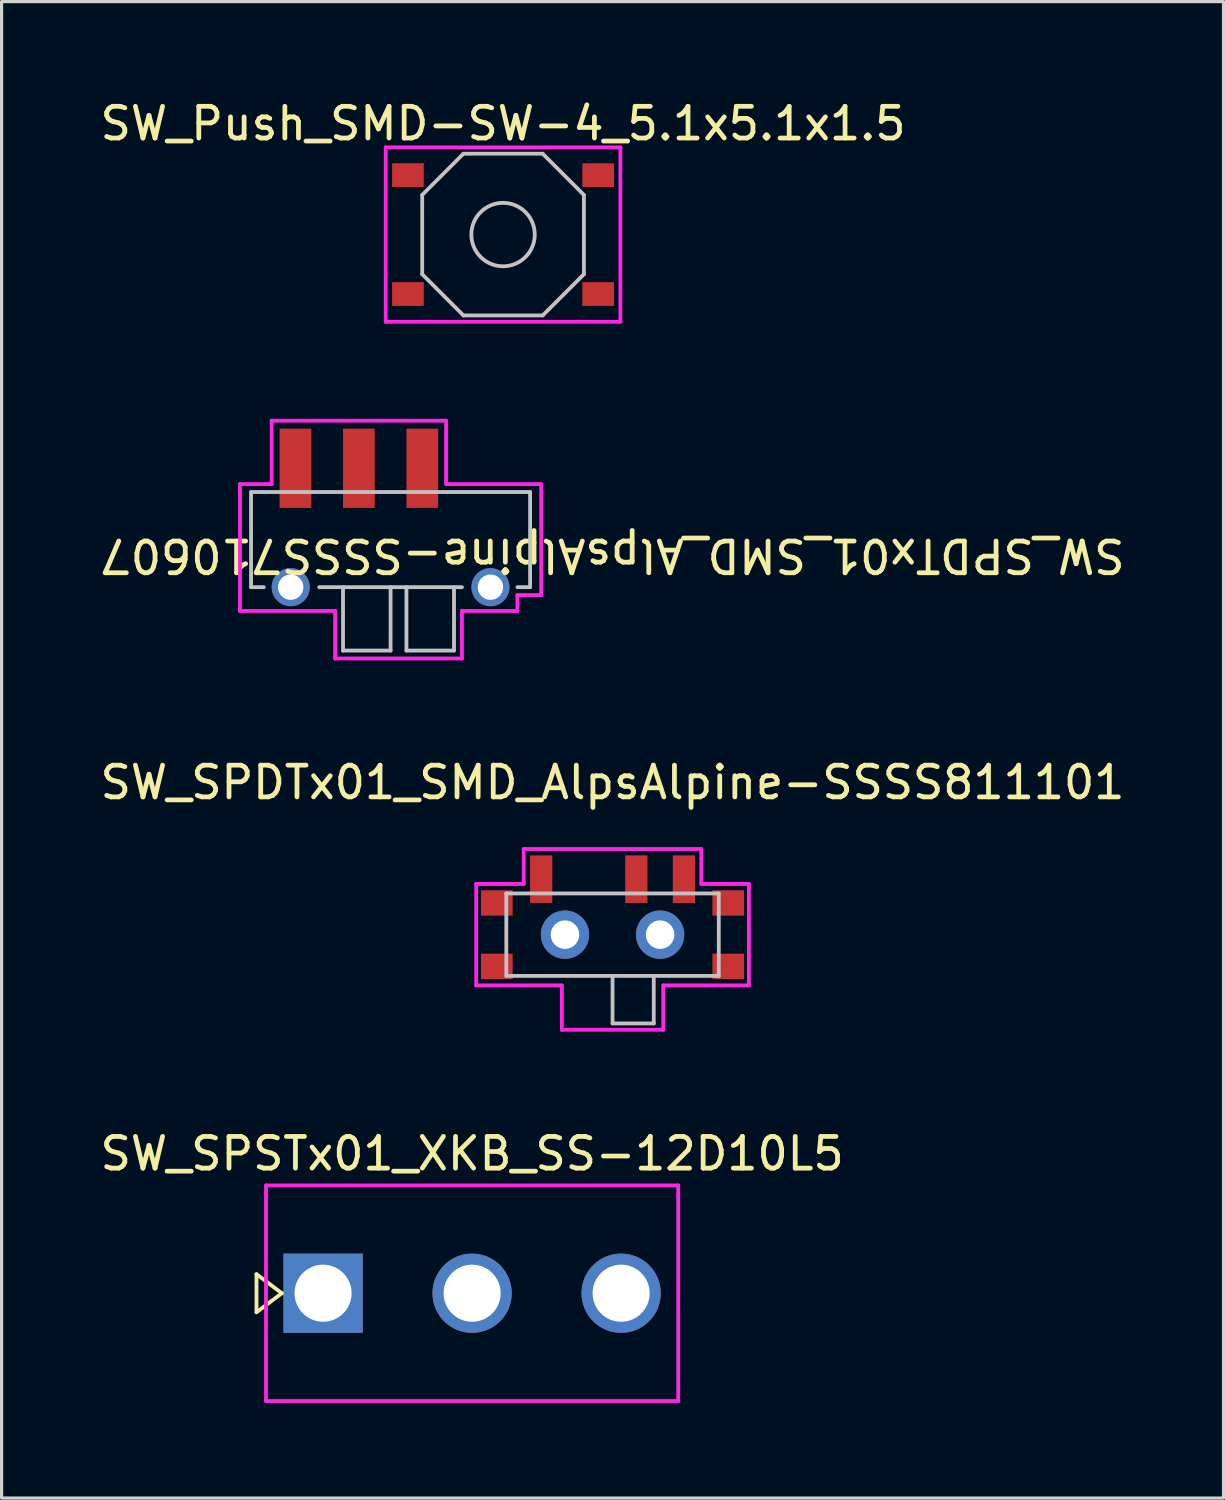
<source format=kicad_pcb>
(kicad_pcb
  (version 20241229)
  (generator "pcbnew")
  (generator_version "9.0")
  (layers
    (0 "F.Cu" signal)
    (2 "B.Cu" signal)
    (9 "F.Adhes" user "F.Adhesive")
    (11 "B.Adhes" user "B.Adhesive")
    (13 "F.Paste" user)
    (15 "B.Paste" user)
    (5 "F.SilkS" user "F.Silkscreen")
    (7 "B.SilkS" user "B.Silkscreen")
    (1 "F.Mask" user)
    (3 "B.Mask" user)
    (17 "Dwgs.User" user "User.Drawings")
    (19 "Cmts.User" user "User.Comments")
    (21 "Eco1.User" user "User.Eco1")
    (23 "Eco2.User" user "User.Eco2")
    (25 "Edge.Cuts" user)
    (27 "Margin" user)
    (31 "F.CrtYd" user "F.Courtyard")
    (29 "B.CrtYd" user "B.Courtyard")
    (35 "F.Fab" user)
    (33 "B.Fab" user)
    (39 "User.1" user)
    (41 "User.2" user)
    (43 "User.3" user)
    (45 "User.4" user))
  (footprint "SW_SPDTx01_SMD_AlpsAlpine-SSSS710607"
    (layer "F.Cu")
    (at 9.268 15.468)
    (property "Reference" "SW_SPDTx01_SMD_AlpsAlpine-SSSS710607" (at 7 -1 180) (unlocked yes) (layer "F.SilkS") (effects (font (size 1 1) (thickness 0.15))))
    (attr smd)
    (fp_line (start -4.4 -3) (end -4.4 0) (stroke (width 0.12) (type solid)) (layer "Dwgs.User"))
    (fp_line (start -4.4 -3) (end 4.4 -3) (stroke (width 0.12) (type solid)) (layer "Dwgs.User"))
    (fp_line (start -4.4 0) (end -4 0) (stroke (width 0.12) (type solid)) (layer "Dwgs.User"))
    (fp_line (start -2.25 0) (end 2.25 0) (stroke (width 0.12) (type solid)) (layer "Dwgs.User"))
    (fp_line (start -1.5 2) (end -1.5 0) (stroke (width 0.12) (type solid)) (layer "Dwgs.User"))
    (fp_line (start -1.5 2) (end 0 2) (stroke (width 0.12) (type solid)) (layer "Dwgs.User"))
    (fp_line (start 0 2) (end 0 0) (stroke (width 0.12) (type solid)) (layer "Dwgs.User"))
    (fp_line (start 0.5 2) (end 0.5 0) (stroke (width 0.12) (type solid)) (layer "Dwgs.User"))
    (fp_line (start 0.5 2) (end 2 2) (stroke (width 0.12) (type solid)) (layer "Dwgs.User"))
    (fp_line (start 2 2) (end 2 0) (stroke (width 0.12) (type solid)) (layer "Dwgs.User"))
    (fp_line (start 4 0) (end 4.4 0) (stroke (width 0.12) (type solid)) (layer "Dwgs.User"))
    (fp_line (start 4.4 -3) (end 4.4 0) (stroke (width 0.12) (type solid)) (layer "Dwgs.User"))
    (fp_line (start -4.75 -3.25) (end -3.75 -3.25) (stroke (width 0.12) (type solid)) (layer "F.CrtYd"))
    (fp_line (start -4.75 0.75) (end -4.75 -3.25) (stroke (width 0.12) (type solid)) (layer "F.CrtYd"))
    (fp_line (start -3.75 -5.25) (end 1.75 -5.25) (stroke (width 0.12) (type solid)) (layer "F.CrtYd"))
    (fp_line (start -3.75 -3.25) (end -3.75 -5.25) (stroke (width 0.12) (type solid)) (layer "F.CrtYd"))
    (fp_line (start -1.75 0.75) (end -4.75 0.75) (stroke (width 0.12) (type solid)) (layer "F.CrtYd"))
    (fp_line (start -1.75 2.25) (end -1.75 0.75) (stroke (width 0.12) (type solid)) (layer "F.CrtYd"))
    (fp_line (start 1.75 -5.25) (end 1.75 -3.25) (stroke (width 0.12) (type solid)) (layer "F.CrtYd"))
    (fp_line (start 1.75 -3.25) (end 4.75 -3.25) (stroke (width 0.12) (type solid)) (layer "F.CrtYd"))
    (fp_line (start 2.25 0.75) (end 2.25 2.25) (stroke (width 0.12) (type solid)) (layer "F.CrtYd"))
    (fp_line (start 2.25 2.25) (end -1.75 2.25) (stroke (width 0.12) (type solid)) (layer "F.CrtYd"))
    (fp_line (start 4 0.25) (end 4 0.75) (stroke (width 0.12) (type solid)) (layer "F.CrtYd"))
    (fp_line (start 4 0.75) (end 2.25 0.75) (stroke (width 0.12) (type solid)) (layer "F.CrtYd"))
    (fp_line (start 4.75 -3.25) (end 4.75 0.25) (stroke (width 0.12) (type solid)) (layer "F.CrtYd"))
    (fp_line (start 4.75 0.25) (end 4 0.25) (stroke (width 0.12) (type solid)) (layer "F.CrtYd"))
    (pad "" thru_hole circle (at -3.15 0) (size 1.2 1.2) (drill 0.8) (layers "*.Cu" "*.Mask"))
    (pad "" thru_hole circle (at 3.15 0) (size 1.2 1.2) (drill 0.8) (layers "*.Cu" "*.Mask"))
    (pad "1" smd rect (at -3 -3.75) (size 1 2.5) (layers "F.Cu" "F.Mask" "F.Paste"))
    (pad "2" smd rect (at 1 -3.75) (size 1 2.5) (layers "F.Cu" "F.Mask" "F.Paste"))
    (pad "3" smd rect (at -1 -3.75) (size 1 2.5) (layers "F.Cu" "F.Mask" "F.Paste")))
  (footprint "SW_SPSTx01_XKB_SS-12D10L5"
    (layer "F.Cu")
    (at 11.839 37.735)
    (property "Reference" "SW_SPSTx01_XKB_SS-12D10L5" (at 0 -4.4 0) (layer "F.SilkS") (effects (font (size 1 1) (thickness 0.15))))
    (attr through_hole)
    (fp_line (start -6.8 -0.6) (end -6.8 0.6) (stroke (width 0.12) (type solid)) (layer "F.SilkS"))
    (fp_line (start -6.8 -0.6) (end -6 0) (stroke (width 0.12) (type solid)) (layer "F.SilkS"))
    (fp_line (start -6.8 0.6) (end -6 0) (stroke (width 0.12) (type solid)) (layer "F.SilkS"))
    (fp_line (start -6.5 -3.4) (end 6.5 -3.4) (stroke (width 0.12) (type solid)) (layer "F.CrtYd"))
    (fp_line (start -6.5 3.4) (end -6.5 -3.4) (stroke (width 0.12) (type solid)) (layer "F.CrtYd"))
    (fp_line (start -6.5 3.4) (end 6.5 3.4) (stroke (width 0.12) (type solid)) (layer "F.CrtYd"))
    (fp_line (start 6.5 -3.4) (end 6.5 3.4) (stroke (width 0.12) (type solid)) (layer "F.CrtYd"))
    (pad "1" thru_hole rect (at -4.7 0) (size 2.5 2.5) (drill 1.8) (layers "*.Cu" "*.Mask"))
    (pad "2" thru_hole circle (at 0 0) (size 2.5 2.5) (drill 1.8) (layers "*.Cu" "*.Mask"))
    (pad "3" thru_hole circle (at 4.7 0) (size 2.5 2.5) (drill 1.8) (layers "*.Cu" "*.Mask")))
  (footprint "SW_Push_SMD-SW-4_5.1x5.1x1.5"
    (layer "F.Cu")
    (at 12.815 4.348)
    (property "Reference" "SW_Push_SMD-SW-4_5.1x5.1x1.5" (at 0 -3.5 0) (layer "F.SilkS") (effects (font (size 1 1) (thickness 0.15))))
    (attr smd)
    (fp_line (start -2.55 -1.25) (end -2.55 1.25) (stroke (width 0.12) (type solid)) (layer "Dwgs.User"))
    (fp_line (start -2.55 -1.25) (end -1.25 -2.55) (stroke (width 0.12) (type solid)) (layer "Dwgs.User"))
    (fp_line (start -2.55 1.25) (end -1.25 2.55) (stroke (width 0.12) (type solid)) (layer "Dwgs.User"))
    (fp_line (start -1.25 -2.55) (end 1.25 -2.55) (stroke (width 0.12) (type solid)) (layer "Dwgs.User"))
    (fp_line (start -1.25 2.55) (end 1.25 2.55) (stroke (width 0.12) (type solid)) (layer "Dwgs.User"))
    (fp_line (start 1.25 -2.55) (end 2.55 -1.25) (stroke (width 0.12) (type solid)) (layer "Dwgs.User"))
    (fp_line (start 2.55 -1.25) (end 2.55 1.25) (stroke (width 0.12) (type solid)) (layer "Dwgs.User"))
    (fp_line (start 2.55 1.25) (end 1.25 2.55) (stroke (width 0.12) (type solid)) (layer "Dwgs.User"))
    (fp_circle (center 0 0) (end 1 0) (stroke (width 0.12) (type solid)) (fill no) (layer "Dwgs.User"))
    (fp_line (start -3.7 -2.75) (end -3.7 2.75) (stroke (width 0.12) (type solid)) (layer "F.CrtYd"))
    (fp_line (start -3.7 -2.75) (end 3.7 -2.75) (stroke (width 0.12) (type solid)) (layer "F.CrtYd"))
    (fp_line (start -3.7 2.75) (end 3.7 2.75) (stroke (width 0.12) (type solid)) (layer "F.CrtYd"))
    (fp_line (start 3.7 2.75) (end 3.7 -2.75) (stroke (width 0.12) (type solid)) (layer "F.CrtYd"))
    (pad "1" smd rect (at -3 -1.875) (size 1 0.75) (layers "F.Cu" "F.Mask" "F.Paste"))
    (pad "1" smd rect (at 3 -1.875) (size 1 0.75) (layers "F.Cu" "F.Mask" "F.Paste"))
    (pad "2" smd rect (at -3 1.875) (size 1 0.75) (layers "F.Cu" "F.Mask" "F.Paste"))
    (pad "2" smd rect (at 3 1.875) (size 1 0.75) (layers "F.Cu" "F.Mask" "F.Paste")))
  (footprint "SW_SPDTx01_SMD_AlpsAlpine-SSSS811101"
    (layer "F.Cu")
    (at 16.268 26.427)
    (property "Reference" "SW_SPDTx01_SMD_AlpsAlpine-SSSS811101" (at 0 -4.8 0) (layer "F.SilkS") (effects (font (size 1 1) (thickness 0.15))))
    (attr smd)
    (fp_line (start -3.35 -1.3) (end -3.35 1.3) (stroke (width 0.12) (type solid)) (layer "Dwgs.User"))
    (fp_line (start -3.35 -1.3) (end 3.35 -1.3) (stroke (width 0.12) (type solid)) (layer "Dwgs.User"))
    (fp_line (start -3.35 1.3) (end 3.35 1.3) (stroke (width 0.12) (type solid)) (layer "Dwgs.User"))
    (fp_line (start 0 1.35) (end 0 2.8) (stroke (width 0.12) (type solid)) (layer "Dwgs.User"))
    (fp_line (start 0 2.8) (end 1.3 2.8) (stroke (width 0.12) (type solid)) (layer "Dwgs.User"))
    (fp_line (start 1.3 2.8) (end 1.3 1.3) (stroke (width 0.12) (type solid)) (layer "Dwgs.User"))
    (fp_line (start 3.35 -1.3) (end 3.35 1.3) (stroke (width 0.12) (type solid)) (layer "Dwgs.User"))
    (fp_line (start -4.3 -1.6) (end -4.3 1.6) (stroke (width 0.12) (type solid)) (layer "F.CrtYd"))
    (fp_line (start -4.3 1.6) (end -1.6 1.6) (stroke (width 0.12) (type solid)) (layer "F.CrtYd"))
    (fp_line (start -2.8 -2.7) (end -2.8 -1.6) (stroke (width 0.12) (type solid)) (layer "F.CrtYd"))
    (fp_line (start -2.8 -1.6) (end -4.3 -1.6) (stroke (width 0.12) (type solid)) (layer "F.CrtYd"))
    (fp_line (start -1.6 1.6) (end -1.6 3) (stroke (width 0.12) (type solid)) (layer "F.CrtYd"))
    (fp_line (start -1.6 3) (end 1.6 3) (stroke (width 0.12) (type solid)) (layer "F.CrtYd"))
    (fp_line (start 1.6 1.6) (end 4.3 1.6) (stroke (width 0.12) (type solid)) (layer "F.CrtYd"))
    (fp_line (start 1.6 3) (end 1.6 1.6) (stroke (width 0.12) (type solid)) (layer "F.CrtYd"))
    (fp_line (start 2.8 -2.7) (end -2.8 -2.7) (stroke (width 0.12) (type solid)) (layer "F.CrtYd"))
    (fp_line (start 2.8 -1.6) (end 2.8 -2.7) (stroke (width 0.12) (type solid)) (layer "F.CrtYd"))
    (fp_line (start 4.3 -1.6) (end 2.8 -1.6) (stroke (width 0.12) (type solid)) (layer "F.CrtYd"))
    (fp_line (start 4.3 1.6) (end 4.3 -1.6) (stroke (width 0.12) (type solid)) (layer "F.CrtYd"))
    (pad "" smd rect (at -3.65 -1) (size 1 0.8) (layers "F.Cu" "F.Mask" "F.Paste"))
    (pad "" smd rect (at -3.65 1) (size 1 0.8) (layers "F.Cu" "F.Mask" "F.Paste"))
    (pad "" thru_hole circle (at -1.5 0) (size 1.524 1.524) (drill 0.9) (layers "*.Cu" "*.Mask"))
    (pad "" thru_hole circle (at 1.5 0) (size 1.524 1.524) (drill 0.9) (layers "*.Cu" "*.Mask"))
    (pad "" smd rect (at 3.65 -1) (size 1 0.8) (layers "F.Cu" "F.Mask" "F.Paste"))
    (pad "" smd rect (at 3.65 1) (size 1 0.8) (layers "F.Cu" "F.Mask" "F.Paste"))
    (pad "1" smd rect (at -2.25 -1.75) (size 0.7 1.5) (layers "F.Cu" "F.Mask" "F.Paste"))
    (pad "2" smd rect (at 0.75 -1.75) (size 0.7 1.5) (layers "F.Cu" "F.Mask" "F.Paste"))
    (pad "3" smd rect (at 2.25 -1.75) (size 0.7 1.5) (layers "F.Cu" "F.Mask" "F.Paste")))
  (gr_rect
    (start -3 -3)
    (end 35.536 44.195)
    (stroke (width 0.1) (type default))
    (fill no)
    (layer "Edge.Cuts")))
</source>
